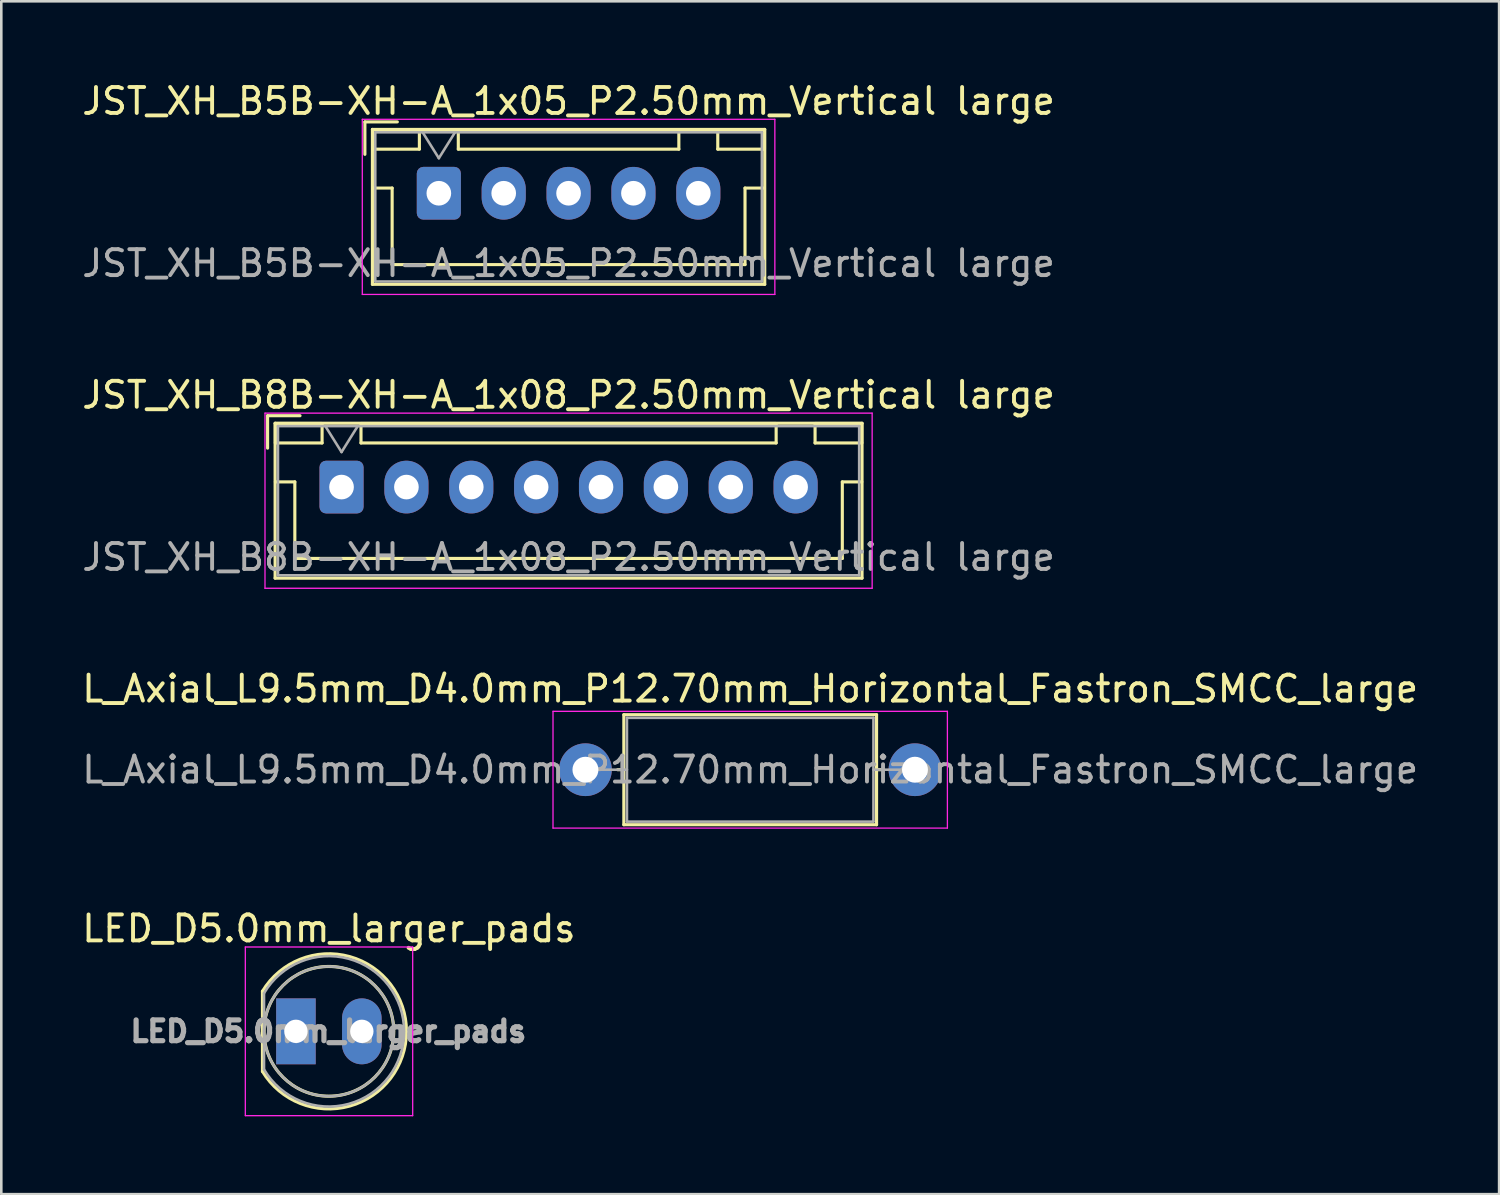
<source format=kicad_pcb>
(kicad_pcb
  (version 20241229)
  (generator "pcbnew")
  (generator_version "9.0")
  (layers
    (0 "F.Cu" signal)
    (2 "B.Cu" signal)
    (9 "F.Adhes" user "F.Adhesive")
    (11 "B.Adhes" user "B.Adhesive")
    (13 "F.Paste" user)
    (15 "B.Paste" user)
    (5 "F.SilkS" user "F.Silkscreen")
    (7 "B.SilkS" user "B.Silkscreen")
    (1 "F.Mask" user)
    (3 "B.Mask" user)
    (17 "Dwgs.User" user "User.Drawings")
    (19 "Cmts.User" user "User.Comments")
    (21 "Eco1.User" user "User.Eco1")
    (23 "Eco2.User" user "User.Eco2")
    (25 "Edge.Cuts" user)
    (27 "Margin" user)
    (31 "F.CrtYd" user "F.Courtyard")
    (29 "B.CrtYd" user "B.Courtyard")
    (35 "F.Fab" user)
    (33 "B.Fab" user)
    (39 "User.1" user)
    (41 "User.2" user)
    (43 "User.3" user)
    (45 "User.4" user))
  (footprint "JST_XH_B5B-XH-A_1x05_P2.50mm_Vertical large"
    (layer "F.Cu")
    (at 13.863 4.398)
    (property "Reference" "JST_XH_B5B-XH-A_1x05_P2.50mm_Vertical large" (at 5 -3.55 0) (layer "F.SilkS") (effects (font (size 1 1) (thickness 0.15))))
    (attr through_hole)
    (fp_line (start -2.85 -2.75) (end -2.85 -1.5) (stroke (width 0.12) (type solid)) (layer "F.SilkS"))
    (fp_line (start -2.56 -2.46) (end -2.56 3.51) (stroke (width 0.12) (type solid)) (layer "F.SilkS"))
    (fp_line (start -2.56 3.51) (end 12.56 3.51) (stroke (width 0.12) (type solid)) (layer "F.SilkS"))
    (fp_line (start -2.55 -2.45) (end -2.55 -1.7) (stroke (width 0.12) (type solid)) (layer "F.SilkS"))
    (fp_line (start -2.55 -1.7) (end -0.75 -1.7) (stroke (width 0.12) (type solid)) (layer "F.SilkS"))
    (fp_line (start -2.55 -0.2) (end -1.8 -0.2) (stroke (width 0.12) (type solid)) (layer "F.SilkS"))
    (fp_line (start -1.8 -0.2) (end -1.8 2.75) (stroke (width 0.12) (type solid)) (layer "F.SilkS"))
    (fp_line (start -1.8 2.75) (end 5 2.75) (stroke (width 0.12) (type solid)) (layer "F.SilkS"))
    (fp_line (start -1.6 -2.75) (end -2.85 -2.75) (stroke (width 0.12) (type solid)) (layer "F.SilkS"))
    (fp_line (start -0.75 -2.45) (end -2.55 -2.45) (stroke (width 0.12) (type solid)) (layer "F.SilkS"))
    (fp_line (start -0.75 -1.7) (end -0.75 -2.45) (stroke (width 0.12) (type solid)) (layer "F.SilkS"))
    (fp_line (start 0.75 -2.45) (end 0.75 -1.7) (stroke (width 0.12) (type solid)) (layer "F.SilkS"))
    (fp_line (start 0.75 -1.7) (end 9.25 -1.7) (stroke (width 0.12) (type solid)) (layer "F.SilkS"))
    (fp_line (start 9.25 -2.45) (end 0.75 -2.45) (stroke (width 0.12) (type solid)) (layer "F.SilkS"))
    (fp_line (start 9.25 -1.7) (end 9.25 -2.45) (stroke (width 0.12) (type solid)) (layer "F.SilkS"))
    (fp_line (start 10.75 -2.45) (end 10.75 -1.7) (stroke (width 0.12) (type solid)) (layer "F.SilkS"))
    (fp_line (start 10.75 -1.7) (end 12.55 -1.7) (stroke (width 0.12) (type solid)) (layer "F.SilkS"))
    (fp_line (start 11.8 -0.2) (end 11.8 2.75) (stroke (width 0.12) (type solid)) (layer "F.SilkS"))
    (fp_line (start 11.8 2.75) (end 5 2.75) (stroke (width 0.12) (type solid)) (layer "F.SilkS"))
    (fp_line (start 12.55 -2.45) (end 10.75 -2.45) (stroke (width 0.12) (type solid)) (layer "F.SilkS"))
    (fp_line (start 12.55 -1.7) (end 12.55 -2.45) (stroke (width 0.12) (type solid)) (layer "F.SilkS"))
    (fp_line (start 12.55 -0.2) (end 11.8 -0.2) (stroke (width 0.12) (type solid)) (layer "F.SilkS"))
    (fp_line (start 12.56 -2.46) (end -2.56 -2.46) (stroke (width 0.12) (type solid)) (layer "F.SilkS"))
    (fp_line (start 12.56 3.51) (end 12.56 -2.46) (stroke (width 0.12) (type solid)) (layer "F.SilkS"))
    (fp_line (start -2.95 -2.85) (end -2.95 3.9) (stroke (width 0.05) (type solid)) (layer "F.CrtYd"))
    (fp_line (start -2.95 3.9) (end 12.95 3.9) (stroke (width 0.05) (type solid)) (layer "F.CrtYd"))
    (fp_line (start 12.95 -2.85) (end -2.95 -2.85) (stroke (width 0.05) (type solid)) (layer "F.CrtYd"))
    (fp_line (start 12.95 3.9) (end 12.95 -2.85) (stroke (width 0.05) (type solid)) (layer "F.CrtYd"))
    (fp_line (start -2.45 -2.35) (end -2.45 3.4) (stroke (width 0.1) (type solid)) (layer "F.Fab"))
    (fp_line (start -2.45 3.4) (end 12.45 3.4) (stroke (width 0.1) (type solid)) (layer "F.Fab"))
    (fp_line (start -0.625 -2.35) (end 0 -1.35) (stroke (width 0.1) (type solid)) (layer "F.Fab"))
    (fp_line (start 0 -1.35) (end 0.625 -2.35) (stroke (width 0.1) (type solid)) (layer "F.Fab"))
    (fp_line (start 12.45 -2.35) (end -2.45 -2.35) (stroke (width 0.1) (type solid)) (layer "F.Fab"))
    (fp_line (start 12.45 3.4) (end 12.45 -2.35) (stroke (width 0.1) (type solid)) (layer "F.Fab"))
    (fp_text user "${REFERENCE}" (at 5 2.7 0) (layer "F.Fab") (effects (font (size 1 1) (thickness 0.15))))
    (pad "1" thru_hole roundrect (at 0 0) (size 1.7 2.032) (drill 0.95) (layers "*.Cu" "*.Mask") (roundrect_rratio 0.147))
    (pad "2" thru_hole oval (at 2.5 0) (size 1.7 2.032) (drill 0.95) (layers "*.Cu" "*.Mask"))
    (pad "3" thru_hole oval (at 5 0) (size 1.7 2.032) (drill 0.95) (layers "*.Cu" "*.Mask"))
    (pad "4" thru_hole oval (at 7.5 0) (size 1.7 2.032) (drill 0.95) (layers "*.Cu" "*.Mask"))
    (pad "5" thru_hole oval (at 10 0) (size 1.7 2.032) (drill 0.95) (layers "*.Cu" "*.Mask")))
  (footprint "LED_D5.0mm_larger_pads"
    (layer "F.Cu")
    (at 8.355 36.698)
    (property "Reference" "LED_D5.0mm_larger_pads" (at 1.27 -3.96 0) (layer "F.SilkS") (effects (font (size 1 1) (thickness 0.15))))
    (attr through_hole)
    (fp_line (start -1.29 -1.545) (end -1.29 1.545) (stroke (width 0.12) (type solid)) (layer "F.SilkS"))
    (fp_arc (start -1.29 -1.54483) (mid 2.072002 -2.880433) (end 4.26 0.000462) (stroke (width 0.12) (type solid)) (layer "F.SilkS"))
    (fp_arc (start 4.26 -0.000462) (mid 2.072002 2.880433) (end -1.29 1.54483) (stroke (width 0.12) (type solid)) (layer "F.SilkS"))
    (fp_circle (center 1.27 0) (end 3.77 0) (stroke (width 0.12) (type solid)) (fill no) (layer "F.SilkS"))
    (fp_line (start -1.95 -3.25) (end -1.95 3.25) (stroke (width 0.05) (type solid)) (layer "F.CrtYd"))
    (fp_line (start -1.95 3.25) (end 4.5 3.25) (stroke (width 0.05) (type solid)) (layer "F.CrtYd"))
    (fp_line (start 4.5 -3.25) (end -1.95 -3.25) (stroke (width 0.05) (type solid)) (layer "F.CrtYd"))
    (fp_line (start 4.5 3.25) (end 4.5 -3.25) (stroke (width 0.05) (type solid)) (layer "F.CrtYd"))
    (fp_line (start -1.23 -1.47) (end -1.23 1.47) (stroke (width 0.1) (type solid)) (layer "F.Fab"))
    (fp_arc (start -1.23 -1.469694) (mid 4.17 0.000016) (end -1.230016 1.469666) (stroke (width 0.1) (type solid)) (layer "F.Fab"))
    (fp_circle (center 1.27 0) (end 3.77 0) (stroke (width 0.1) (type solid)) (fill no) (layer "F.Fab"))
    (fp_text user "${REFERENCE}" (at 1.25 0 0) (layer "F.Fab") (effects (font (size 0.8 0.8) (thickness 0.2))))
    (pad "1" thru_hole rect (at 0 0) (size 1.524 2.54) (drill 0.9) (layers "*.Cu" "*.Mask"))
    (pad "2" thru_hole oval (at 2.54 0) (size 1.524 2.54) (drill 0.9) (layers "*.Cu" "*.Mask")))
  (footprint "L_Axial_L9.5mm_D4.0mm_P12.70mm_Horizontal_Fastron_SMCC_large"
    (layer "F.Cu")
    (at 19.513 26.615)
    (property "Reference" "L_Axial_L9.5mm_D4.0mm_P12.70mm_Horizontal_Fastron_SMCC_large" (at 6.35 -3.12 0) (layer "F.SilkS") (effects (font (size 1 1) (thickness 0.15))))
    (attr through_hole)
    (fp_line (start 1.24 0) (end 1.48 0) (stroke (width 0.12) (type solid)) (layer "F.SilkS"))
    (fp_line (start 1.48 -2.12) (end 1.48 2.12) (stroke (width 0.12) (type solid)) (layer "F.SilkS"))
    (fp_line (start 1.48 2.12) (end 11.22 2.12) (stroke (width 0.12) (type solid)) (layer "F.SilkS"))
    (fp_line (start 11.22 -2.12) (end 1.48 -2.12) (stroke (width 0.12) (type solid)) (layer "F.SilkS"))
    (fp_line (start 11.22 2.12) (end 11.22 -2.12) (stroke (width 0.12) (type solid)) (layer "F.SilkS"))
    (fp_line (start 11.46 0) (end 11.22 0) (stroke (width 0.12) (type solid)) (layer "F.SilkS"))
    (fp_line (start -1.25 -2.25) (end -1.25 2.25) (stroke (width 0.05) (type solid)) (layer "F.CrtYd"))
    (fp_line (start -1.25 2.25) (end 13.95 2.25) (stroke (width 0.05) (type solid)) (layer "F.CrtYd"))
    (fp_line (start 13.95 -2.25) (end -1.25 -2.25) (stroke (width 0.05) (type solid)) (layer "F.CrtYd"))
    (fp_line (start 13.95 2.25) (end 13.95 -2.25) (stroke (width 0.05) (type solid)) (layer "F.CrtYd"))
    (fp_line (start 0 0) (end 1.6 0) (stroke (width 0.1) (type solid)) (layer "F.Fab"))
    (fp_line (start 1.6 -2) (end 1.6 2) (stroke (width 0.1) (type solid)) (layer "F.Fab"))
    (fp_line (start 1.6 2) (end 11.1 2) (stroke (width 0.1) (type solid)) (layer "F.Fab"))
    (fp_line (start 11.1 -2) (end 1.6 -2) (stroke (width 0.1) (type solid)) (layer "F.Fab"))
    (fp_line (start 11.1 2) (end 11.1 -2) (stroke (width 0.1) (type solid)) (layer "F.Fab"))
    (fp_line (start 12.7 0) (end 11.1 0) (stroke (width 0.1) (type solid)) (layer "F.Fab"))
    (fp_text user "${REFERENCE}" (at 6.35 0 0) (layer "F.Fab") (effects (font (size 1 1) (thickness 0.15))))
    (pad "1" thru_hole oval (at 0 0) (size 2.032 2.032) (drill 1) (layers "*.Cu" "*.Mask"))
    (pad "2" thru_hole oval (at 12.7 0) (size 2.032 2.032) (drill 1) (layers "*.Cu" "*.Mask")))
  (footprint "JST_XH_B8B-XH-A_1x08_P2.50mm_Vertical large"
    (layer "F.Cu")
    (at 10.113 15.722)
    (property "Reference" "JST_XH_B8B-XH-A_1x08_P2.50mm_Vertical large" (at 8.75 -3.55 0) (layer "F.SilkS") (effects (font (size 1 1) (thickness 0.15))))
    (attr through_hole)
    (fp_line (start -2.85 -2.75) (end -2.85 -1.5) (stroke (width 0.12) (type solid)) (layer "F.SilkS"))
    (fp_line (start -2.56 -2.46) (end -2.56 3.51) (stroke (width 0.12) (type solid)) (layer "F.SilkS"))
    (fp_line (start -2.56 3.51) (end 20.06 3.51) (stroke (width 0.12) (type solid)) (layer "F.SilkS"))
    (fp_line (start -2.55 -2.45) (end -2.55 -1.7) (stroke (width 0.12) (type solid)) (layer "F.SilkS"))
    (fp_line (start -2.55 -1.7) (end -0.75 -1.7) (stroke (width 0.12) (type solid)) (layer "F.SilkS"))
    (fp_line (start -2.55 -0.2) (end -1.8 -0.2) (stroke (width 0.12) (type solid)) (layer "F.SilkS"))
    (fp_line (start -1.8 -0.2) (end -1.8 2.75) (stroke (width 0.12) (type solid)) (layer "F.SilkS"))
    (fp_line (start -1.8 2.75) (end 8.75 2.75) (stroke (width 0.12) (type solid)) (layer "F.SilkS"))
    (fp_line (start -1.6 -2.75) (end -2.85 -2.75) (stroke (width 0.12) (type solid)) (layer "F.SilkS"))
    (fp_line (start -0.75 -2.45) (end -2.55 -2.45) (stroke (width 0.12) (type solid)) (layer "F.SilkS"))
    (fp_line (start -0.75 -1.7) (end -0.75 -2.45) (stroke (width 0.12) (type solid)) (layer "F.SilkS"))
    (fp_line (start 0.75 -2.45) (end 0.75 -1.7) (stroke (width 0.12) (type solid)) (layer "F.SilkS"))
    (fp_line (start 0.75 -1.7) (end 16.75 -1.7) (stroke (width 0.12) (type solid)) (layer "F.SilkS"))
    (fp_line (start 16.75 -2.45) (end 0.75 -2.45) (stroke (width 0.12) (type solid)) (layer "F.SilkS"))
    (fp_line (start 16.75 -1.7) (end 16.75 -2.45) (stroke (width 0.12) (type solid)) (layer "F.SilkS"))
    (fp_line (start 18.25 -2.45) (end 18.25 -1.7) (stroke (width 0.12) (type solid)) (layer "F.SilkS"))
    (fp_line (start 18.25 -1.7) (end 20.05 -1.7) (stroke (width 0.12) (type solid)) (layer "F.SilkS"))
    (fp_line (start 19.3 -0.2) (end 19.3 2.75) (stroke (width 0.12) (type solid)) (layer "F.SilkS"))
    (fp_line (start 19.3 2.75) (end 8.75 2.75) (stroke (width 0.12) (type solid)) (layer "F.SilkS"))
    (fp_line (start 20.05 -2.45) (end 18.25 -2.45) (stroke (width 0.12) (type solid)) (layer "F.SilkS"))
    (fp_line (start 20.05 -1.7) (end 20.05 -2.45) (stroke (width 0.12) (type solid)) (layer "F.SilkS"))
    (fp_line (start 20.05 -0.2) (end 19.3 -0.2) (stroke (width 0.12) (type solid)) (layer "F.SilkS"))
    (fp_line (start 20.06 -2.46) (end -2.56 -2.46) (stroke (width 0.12) (type solid)) (layer "F.SilkS"))
    (fp_line (start 20.06 3.51) (end 20.06 -2.46) (stroke (width 0.12) (type solid)) (layer "F.SilkS"))
    (fp_line (start -2.95 -2.85) (end -2.95 3.9) (stroke (width 0.05) (type solid)) (layer "F.CrtYd"))
    (fp_line (start -2.95 3.9) (end 20.45 3.9) (stroke (width 0.05) (type solid)) (layer "F.CrtYd"))
    (fp_line (start 20.45 -2.85) (end -2.95 -2.85) (stroke (width 0.05) (type solid)) (layer "F.CrtYd"))
    (fp_line (start 20.45 3.9) (end 20.45 -2.85) (stroke (width 0.05) (type solid)) (layer "F.CrtYd"))
    (fp_line (start -2.45 -2.35) (end -2.45 3.4) (stroke (width 0.1) (type solid)) (layer "F.Fab"))
    (fp_line (start -2.45 3.4) (end 19.95 3.4) (stroke (width 0.1) (type solid)) (layer "F.Fab"))
    (fp_line (start -0.625 -2.35) (end 0 -1.35) (stroke (width 0.1) (type solid)) (layer "F.Fab"))
    (fp_line (start 0 -1.35) (end 0.625 -2.35) (stroke (width 0.1) (type solid)) (layer "F.Fab"))
    (fp_line (start 19.95 -2.35) (end -2.45 -2.35) (stroke (width 0.1) (type solid)) (layer "F.Fab"))
    (fp_line (start 19.95 3.4) (end 19.95 -2.35) (stroke (width 0.1) (type solid)) (layer "F.Fab"))
    (fp_text user "${REFERENCE}" (at 8.75 2.7 0) (layer "F.Fab") (effects (font (size 1 1) (thickness 0.15))))
    (pad "1" thru_hole roundrect (at 0 0) (size 1.7 2.032) (drill 0.95) (layers "*.Cu" "*.Mask") (roundrect_rratio 0.147))
    (pad "2" thru_hole oval (at 2.5 0) (size 1.7 2.032) (drill 0.95) (layers "*.Cu" "*.Mask"))
    (pad "3" thru_hole oval (at 5 0) (size 1.7 2.032) (drill 0.95) (layers "*.Cu" "*.Mask"))
    (pad "4" thru_hole oval (at 7.5 0) (size 1.7 2.032) (drill 0.95) (layers "*.Cu" "*.Mask"))
    (pad "5" thru_hole oval (at 10 0) (size 1.7 2.032) (drill 0.95) (layers "*.Cu" "*.Mask"))
    (pad "6" thru_hole oval (at 12.5 0) (size 1.7 2.032) (drill 0.95) (layers "*.Cu" "*.Mask"))
    (pad "7" thru_hole oval (at 15 0) (size 1.7 2.032) (drill 0.95) (layers "*.Cu" "*.Mask"))
    (pad "8" thru_hole oval (at 17.5 0) (size 1.7 2.032) (drill 0.95) (layers "*.Cu" "*.Mask")))
  (gr_rect
    (start -3 -3)
    (end 54.726 42.973)
    (stroke (width 0.1) (type default))
    (fill no)
    (layer "Edge.Cuts")))
</source>
